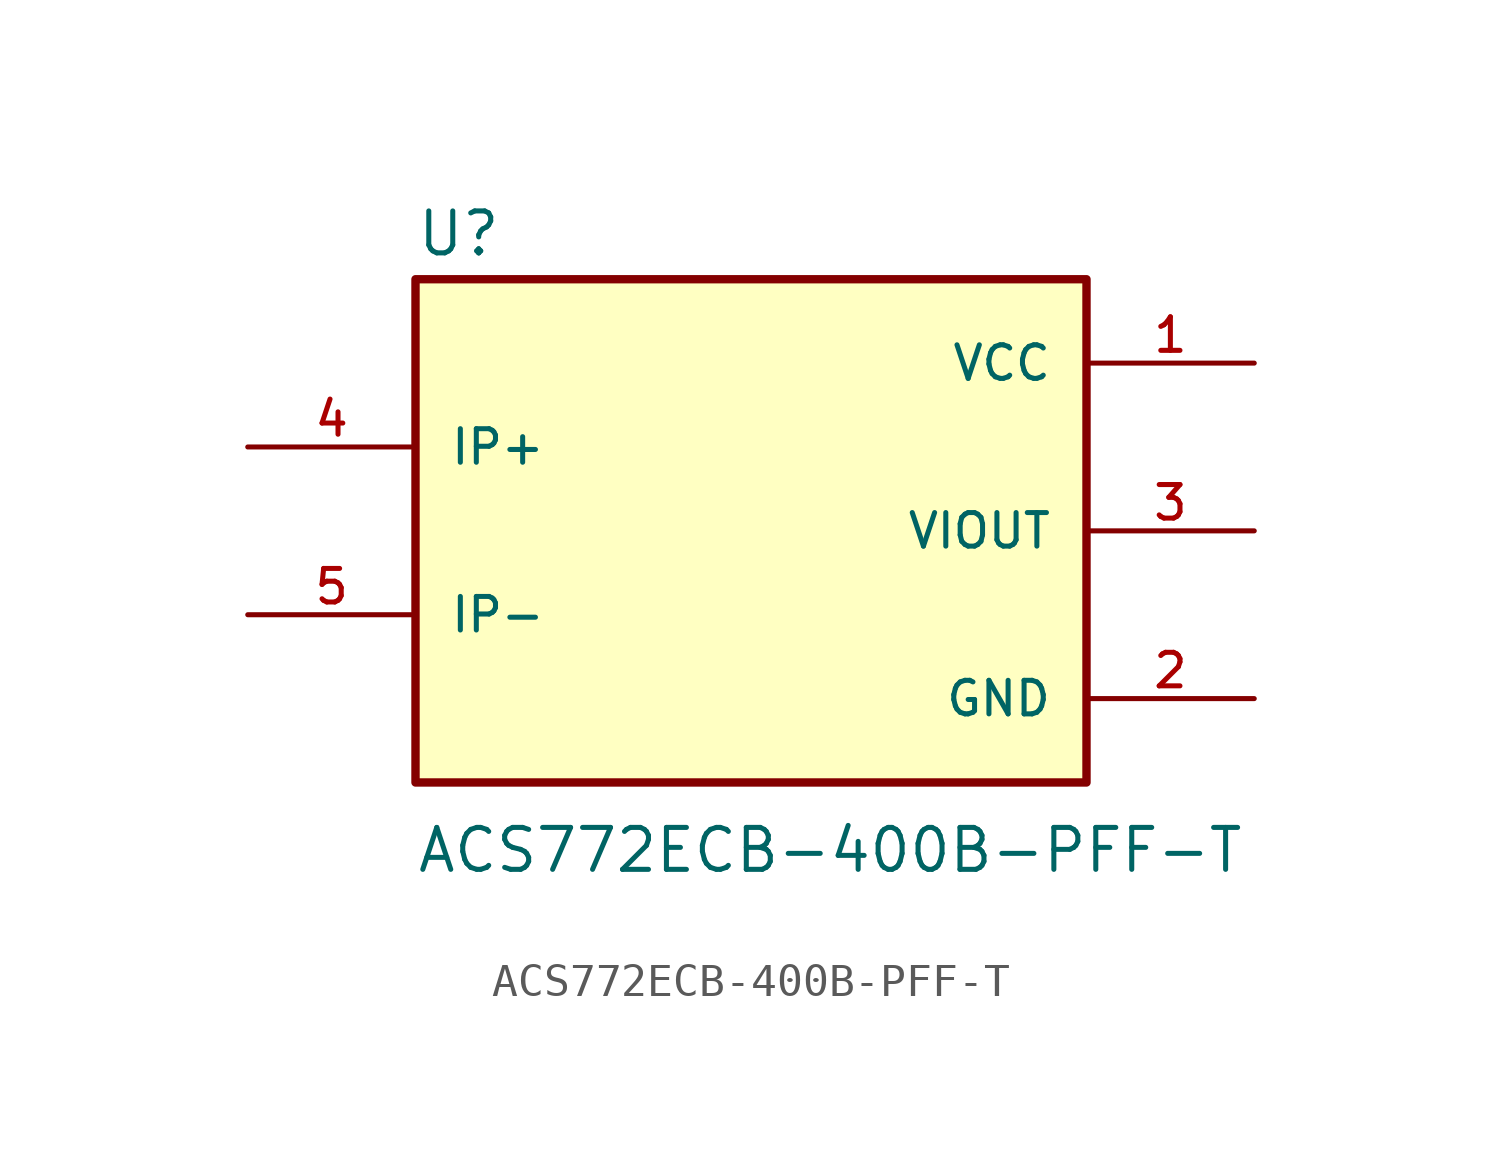
<source format=kicad_sym>
(kicad_symbol_lib
  (version 20241209)
  (generator "kicad_symbol_editor")
  (generator_version "9.0")
  (symbol "ACS772ECB-400B-PFF-T"
    (pin_names
      (offset 1.016))
    (property "Reference" "U"
      (at -10.16 8.255 0)
      (effects (font (size 1.27 1.27)) (justify left bottom)))
    (property "Value" "ACS772ECB-400B-PFF-T"
      (at -10.16 -10.414 0)
      (effects (font (size 1.27 1.27)) (justify left bottom)))
    (symbol "ACS772ECB-400B-PFF-T_0_0"
      (rectangle (start -10.16 7.62) (end 10.16 -7.62) (stroke (width 0.254) (type default)) (fill (type background)))
      (pin bidirectional line (at -15.24 2.54 0) (length 5.08) (name "IP+" (effects (font (size 1.016 1.016)))) (number "4" (effects (font (size 1.016 1.016)))))
      (pin bidirectional line (at -15.24 -2.54 0) (length 5.08) (name "IP-" (effects (font (size 1.016 1.016)))) (number "5" (effects (font (size 1.016 1.016)))))
      (pin power_in line (at 15.24 5.08 180) (length 5.08) (name "VCC" (effects (font (size 1.016 1.016)))) (number "1" (effects (font (size 1.016 1.016)))))
      (pin output line (at 15.24 0 180) (length 5.08) (name "VIOUT" (effects (font (size 1.016 1.016)))) (number "3" (effects (font (size 1.016 1.016)))))
      (pin power_in line (at 15.24 -5.08 180) (length 5.08) (name "GND" (effects (font (size 1.016 1.016)))) (number "2" (effects (font (size 1.016 1.016))))))))
</source>
